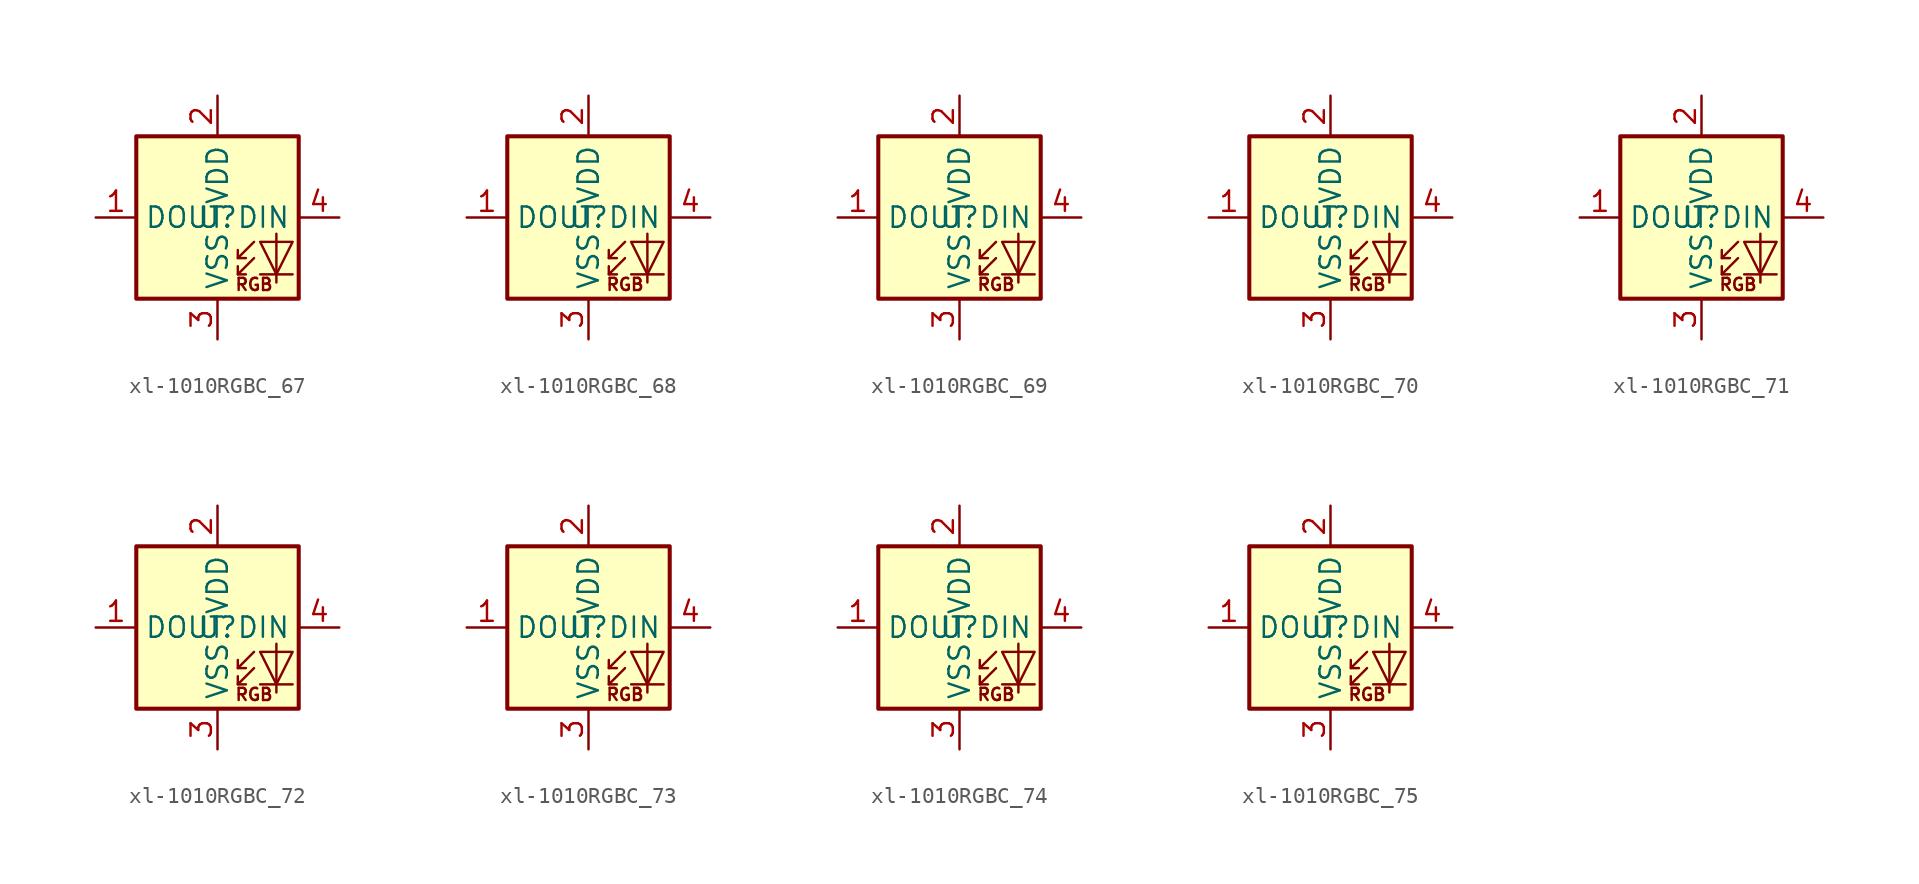
<source format=kicad_sym>
(kicad_symbol_lib
  (version 20231120)
  (generator "kicad_symbol_editor")
  (generator_version "8.0")
  (symbol "xl-1010RGBC_67"
    (property "Reference" "U"
      (at 0 0 0)
      (effects (font (size 1.27 1.27))))
    (property "Value" ""
      (at 0 0 0)
      (effects (font (size 1.27 1.27))))
    (symbol "xl-1010RGBC_67_0_0"
      (text "RGB" (at 2.286 -4.191 0) (effects (font (size 0.762 0.762)))))
    (symbol "xl-1010RGBC_67_0_1"
      (polyline (pts (xy 1.27 -3.556) (xy 1.778 -3.556)) (stroke (width 0) (type default)) (fill (type none)))
      (polyline (pts (xy 1.27 -2.54) (xy 1.778 -2.54)) (stroke (width 0) (type default)) (fill (type none)))
      (polyline (pts (xy 4.699 -3.556) (xy 2.667 -3.556)) (stroke (width 0) (type default)) (fill (type none)))
      (polyline (pts (xy 2.286 -2.54) (xy 1.27 -3.556) (xy 1.27 -3.048)) (stroke (width 0) (type default)) (fill (type none)))
      (polyline (pts (xy 2.286 -1.524) (xy 1.27 -2.54) (xy 1.27 -2.032)) (stroke (width 0) (type default)) (fill (type none)))
      (polyline (pts (xy 3.683 -1.016) (xy 3.683 -3.556) (xy 3.683 -4.064)) (stroke (width 0) (type default)) (fill (type none)))
      (polyline (pts (xy 4.699 -1.524) (xy 2.667 -1.524) (xy 3.683 -3.556) (xy 4.699 -1.524)) (stroke (width 0) (type default)) (fill (type none)))
      (rectangle (start 5.08 5.08) (end -5.08 -5.08) (stroke (width 0.254) (type default)) (fill (type background))))
    (symbol "xl-1010RGBC_67_1_1"
      (pin output line (at -7.62 0 0) (length 2.54) (name "DOUT" (effects (font (size 1.27 1.27)))) (number "1" (effects (font (size 1.27 1.27)))))
      (pin power_in line (at 0 7.62 270) (length 2.54) (name "VDD" (effects (font (size 1.27 1.27)))) (number "2" (effects (font (size 1.27 1.27)))))
      (pin power_in line (at 0 -7.62 90) (length 2.54) (name "VSS" (effects (font (size 1.27 1.27)))) (number "3" (effects (font (size 1.27 1.27)))))
      (pin input line (at 7.62 0 180) (length 2.54) (name "DIN" (effects (font (size 1.27 1.27)))) (number "4" (effects (font (size 1.27 1.27)))))))
  (symbol "xl-1010RGBC_68"
    (property "Reference" "U"
      (at 0 0 0)
      (effects (font (size 1.27 1.27))))
    (property "Value" ""
      (at 0 0 0)
      (effects (font (size 1.27 1.27))))
    (symbol "xl-1010RGBC_68_0_0"
      (text "RGB" (at 2.286 -4.191 0) (effects (font (size 0.762 0.762)))))
    (symbol "xl-1010RGBC_68_0_1"
      (polyline (pts (xy 1.27 -3.556) (xy 1.778 -3.556)) (stroke (width 0) (type default)) (fill (type none)))
      (polyline (pts (xy 1.27 -2.54) (xy 1.778 -2.54)) (stroke (width 0) (type default)) (fill (type none)))
      (polyline (pts (xy 4.699 -3.556) (xy 2.667 -3.556)) (stroke (width 0) (type default)) (fill (type none)))
      (polyline (pts (xy 2.286 -2.54) (xy 1.27 -3.556) (xy 1.27 -3.048)) (stroke (width 0) (type default)) (fill (type none)))
      (polyline (pts (xy 2.286 -1.524) (xy 1.27 -2.54) (xy 1.27 -2.032)) (stroke (width 0) (type default)) (fill (type none)))
      (polyline (pts (xy 3.683 -1.016) (xy 3.683 -3.556) (xy 3.683 -4.064)) (stroke (width 0) (type default)) (fill (type none)))
      (polyline (pts (xy 4.699 -1.524) (xy 2.667 -1.524) (xy 3.683 -3.556) (xy 4.699 -1.524)) (stroke (width 0) (type default)) (fill (type none)))
      (rectangle (start 5.08 5.08) (end -5.08 -5.08) (stroke (width 0.254) (type default)) (fill (type background))))
    (symbol "xl-1010RGBC_68_1_1"
      (pin output line (at -7.62 0 0) (length 2.54) (name "DOUT" (effects (font (size 1.27 1.27)))) (number "1" (effects (font (size 1.27 1.27)))))
      (pin power_in line (at 0 7.62 270) (length 2.54) (name "VDD" (effects (font (size 1.27 1.27)))) (number "2" (effects (font (size 1.27 1.27)))))
      (pin power_in line (at 0 -7.62 90) (length 2.54) (name "VSS" (effects (font (size 1.27 1.27)))) (number "3" (effects (font (size 1.27 1.27)))))
      (pin input line (at 7.62 0 180) (length 2.54) (name "DIN" (effects (font (size 1.27 1.27)))) (number "4" (effects (font (size 1.27 1.27)))))))
  (symbol "xl-1010RGBC_69"
    (property "Reference" "U"
      (at 0 0 0)
      (effects (font (size 1.27 1.27))))
    (property "Value" ""
      (at 0 0 0)
      (effects (font (size 1.27 1.27))))
    (symbol "xl-1010RGBC_69_0_0"
      (text "RGB" (at 2.286 -4.191 0) (effects (font (size 0.762 0.762)))))
    (symbol "xl-1010RGBC_69_0_1"
      (polyline (pts (xy 1.27 -3.556) (xy 1.778 -3.556)) (stroke (width 0) (type default)) (fill (type none)))
      (polyline (pts (xy 1.27 -2.54) (xy 1.778 -2.54)) (stroke (width 0) (type default)) (fill (type none)))
      (polyline (pts (xy 4.699 -3.556) (xy 2.667 -3.556)) (stroke (width 0) (type default)) (fill (type none)))
      (polyline (pts (xy 2.286 -2.54) (xy 1.27 -3.556) (xy 1.27 -3.048)) (stroke (width 0) (type default)) (fill (type none)))
      (polyline (pts (xy 2.286 -1.524) (xy 1.27 -2.54) (xy 1.27 -2.032)) (stroke (width 0) (type default)) (fill (type none)))
      (polyline (pts (xy 3.683 -1.016) (xy 3.683 -3.556) (xy 3.683 -4.064)) (stroke (width 0) (type default)) (fill (type none)))
      (polyline (pts (xy 4.699 -1.524) (xy 2.667 -1.524) (xy 3.683 -3.556) (xy 4.699 -1.524)) (stroke (width 0) (type default)) (fill (type none)))
      (rectangle (start 5.08 5.08) (end -5.08 -5.08) (stroke (width 0.254) (type default)) (fill (type background))))
    (symbol "xl-1010RGBC_69_1_1"
      (pin output line (at -7.62 0 0) (length 2.54) (name "DOUT" (effects (font (size 1.27 1.27)))) (number "1" (effects (font (size 1.27 1.27)))))
      (pin power_in line (at 0 7.62 270) (length 2.54) (name "VDD" (effects (font (size 1.27 1.27)))) (number "2" (effects (font (size 1.27 1.27)))))
      (pin power_in line (at 0 -7.62 90) (length 2.54) (name "VSS" (effects (font (size 1.27 1.27)))) (number "3" (effects (font (size 1.27 1.27)))))
      (pin input line (at 7.62 0 180) (length 2.54) (name "DIN" (effects (font (size 1.27 1.27)))) (number "4" (effects (font (size 1.27 1.27)))))))
  (symbol "xl-1010RGBC_70"
    (property "Reference" "U"
      (at 0 0 0)
      (effects (font (size 1.27 1.27))))
    (property "Value" ""
      (at 0 0 0)
      (effects (font (size 1.27 1.27))))
    (symbol "xl-1010RGBC_70_0_0"
      (text "RGB" (at 2.286 -4.191 0) (effects (font (size 0.762 0.762)))))
    (symbol "xl-1010RGBC_70_0_1"
      (polyline (pts (xy 1.27 -3.556) (xy 1.778 -3.556)) (stroke (width 0) (type default)) (fill (type none)))
      (polyline (pts (xy 1.27 -2.54) (xy 1.778 -2.54)) (stroke (width 0) (type default)) (fill (type none)))
      (polyline (pts (xy 4.699 -3.556) (xy 2.667 -3.556)) (stroke (width 0) (type default)) (fill (type none)))
      (polyline (pts (xy 2.286 -2.54) (xy 1.27 -3.556) (xy 1.27 -3.048)) (stroke (width 0) (type default)) (fill (type none)))
      (polyline (pts (xy 2.286 -1.524) (xy 1.27 -2.54) (xy 1.27 -2.032)) (stroke (width 0) (type default)) (fill (type none)))
      (polyline (pts (xy 3.683 -1.016) (xy 3.683 -3.556) (xy 3.683 -4.064)) (stroke (width 0) (type default)) (fill (type none)))
      (polyline (pts (xy 4.699 -1.524) (xy 2.667 -1.524) (xy 3.683 -3.556) (xy 4.699 -1.524)) (stroke (width 0) (type default)) (fill (type none)))
      (rectangle (start 5.08 5.08) (end -5.08 -5.08) (stroke (width 0.254) (type default)) (fill (type background))))
    (symbol "xl-1010RGBC_70_1_1"
      (pin output line (at -7.62 0 0) (length 2.54) (name "DOUT" (effects (font (size 1.27 1.27)))) (number "1" (effects (font (size 1.27 1.27)))))
      (pin power_in line (at 0 7.62 270) (length 2.54) (name "VDD" (effects (font (size 1.27 1.27)))) (number "2" (effects (font (size 1.27 1.27)))))
      (pin power_in line (at 0 -7.62 90) (length 2.54) (name "VSS" (effects (font (size 1.27 1.27)))) (number "3" (effects (font (size 1.27 1.27)))))
      (pin input line (at 7.62 0 180) (length 2.54) (name "DIN" (effects (font (size 1.27 1.27)))) (number "4" (effects (font (size 1.27 1.27)))))))
  (symbol "xl-1010RGBC_71"
    (property "Reference" "U"
      (at 0 0 0)
      (effects (font (size 1.27 1.27))))
    (property "Value" ""
      (at 0 0 0)
      (effects (font (size 1.27 1.27))))
    (symbol "xl-1010RGBC_71_0_0"
      (text "RGB" (at 2.286 -4.191 0) (effects (font (size 0.762 0.762)))))
    (symbol "xl-1010RGBC_71_0_1"
      (polyline (pts (xy 1.27 -3.556) (xy 1.778 -3.556)) (stroke (width 0) (type default)) (fill (type none)))
      (polyline (pts (xy 1.27 -2.54) (xy 1.778 -2.54)) (stroke (width 0) (type default)) (fill (type none)))
      (polyline (pts (xy 4.699 -3.556) (xy 2.667 -3.556)) (stroke (width 0) (type default)) (fill (type none)))
      (polyline (pts (xy 2.286 -2.54) (xy 1.27 -3.556) (xy 1.27 -3.048)) (stroke (width 0) (type default)) (fill (type none)))
      (polyline (pts (xy 2.286 -1.524) (xy 1.27 -2.54) (xy 1.27 -2.032)) (stroke (width 0) (type default)) (fill (type none)))
      (polyline (pts (xy 3.683 -1.016) (xy 3.683 -3.556) (xy 3.683 -4.064)) (stroke (width 0) (type default)) (fill (type none)))
      (polyline (pts (xy 4.699 -1.524) (xy 2.667 -1.524) (xy 3.683 -3.556) (xy 4.699 -1.524)) (stroke (width 0) (type default)) (fill (type none)))
      (rectangle (start 5.08 5.08) (end -5.08 -5.08) (stroke (width 0.254) (type default)) (fill (type background))))
    (symbol "xl-1010RGBC_71_1_1"
      (pin output line (at -7.62 0 0) (length 2.54) (name "DOUT" (effects (font (size 1.27 1.27)))) (number "1" (effects (font (size 1.27 1.27)))))
      (pin power_in line (at 0 7.62 270) (length 2.54) (name "VDD" (effects (font (size 1.27 1.27)))) (number "2" (effects (font (size 1.27 1.27)))))
      (pin power_in line (at 0 -7.62 90) (length 2.54) (name "VSS" (effects (font (size 1.27 1.27)))) (number "3" (effects (font (size 1.27 1.27)))))
      (pin input line (at 7.62 0 180) (length 2.54) (name "DIN" (effects (font (size 1.27 1.27)))) (number "4" (effects (font (size 1.27 1.27)))))))
  (symbol "xl-1010RGBC_72"
    (property "Reference" "U"
      (at 0 0 0)
      (effects (font (size 1.27 1.27))))
    (property "Value" ""
      (at 0 0 0)
      (effects (font (size 1.27 1.27))))
    (symbol "xl-1010RGBC_72_0_0"
      (text "RGB" (at 2.286 -4.191 0) (effects (font (size 0.762 0.762)))))
    (symbol "xl-1010RGBC_72_0_1"
      (polyline (pts (xy 1.27 -3.556) (xy 1.778 -3.556)) (stroke (width 0) (type default)) (fill (type none)))
      (polyline (pts (xy 1.27 -2.54) (xy 1.778 -2.54)) (stroke (width 0) (type default)) (fill (type none)))
      (polyline (pts (xy 4.699 -3.556) (xy 2.667 -3.556)) (stroke (width 0) (type default)) (fill (type none)))
      (polyline (pts (xy 2.286 -2.54) (xy 1.27 -3.556) (xy 1.27 -3.048)) (stroke (width 0) (type default)) (fill (type none)))
      (polyline (pts (xy 2.286 -1.524) (xy 1.27 -2.54) (xy 1.27 -2.032)) (stroke (width 0) (type default)) (fill (type none)))
      (polyline (pts (xy 3.683 -1.016) (xy 3.683 -3.556) (xy 3.683 -4.064)) (stroke (width 0) (type default)) (fill (type none)))
      (polyline (pts (xy 4.699 -1.524) (xy 2.667 -1.524) (xy 3.683 -3.556) (xy 4.699 -1.524)) (stroke (width 0) (type default)) (fill (type none)))
      (rectangle (start 5.08 5.08) (end -5.08 -5.08) (stroke (width 0.254) (type default)) (fill (type background))))
    (symbol "xl-1010RGBC_72_1_1"
      (pin output line (at -7.62 0 0) (length 2.54) (name "DOUT" (effects (font (size 1.27 1.27)))) (number "1" (effects (font (size 1.27 1.27)))))
      (pin power_in line (at 0 7.62 270) (length 2.54) (name "VDD" (effects (font (size 1.27 1.27)))) (number "2" (effects (font (size 1.27 1.27)))))
      (pin power_in line (at 0 -7.62 90) (length 2.54) (name "VSS" (effects (font (size 1.27 1.27)))) (number "3" (effects (font (size 1.27 1.27)))))
      (pin input line (at 7.62 0 180) (length 2.54) (name "DIN" (effects (font (size 1.27 1.27)))) (number "4" (effects (font (size 1.27 1.27)))))))
  (symbol "xl-1010RGBC_73"
    (property "Reference" "U"
      (at 0 0 0)
      (effects (font (size 1.27 1.27))))
    (property "Value" ""
      (at 0 0 0)
      (effects (font (size 1.27 1.27))))
    (symbol "xl-1010RGBC_73_0_0"
      (text "RGB" (at 2.286 -4.191 0) (effects (font (size 0.762 0.762)))))
    (symbol "xl-1010RGBC_73_0_1"
      (polyline (pts (xy 1.27 -3.556) (xy 1.778 -3.556)) (stroke (width 0) (type default)) (fill (type none)))
      (polyline (pts (xy 1.27 -2.54) (xy 1.778 -2.54)) (stroke (width 0) (type default)) (fill (type none)))
      (polyline (pts (xy 4.699 -3.556) (xy 2.667 -3.556)) (stroke (width 0) (type default)) (fill (type none)))
      (polyline (pts (xy 2.286 -2.54) (xy 1.27 -3.556) (xy 1.27 -3.048)) (stroke (width 0) (type default)) (fill (type none)))
      (polyline (pts (xy 2.286 -1.524) (xy 1.27 -2.54) (xy 1.27 -2.032)) (stroke (width 0) (type default)) (fill (type none)))
      (polyline (pts (xy 3.683 -1.016) (xy 3.683 -3.556) (xy 3.683 -4.064)) (stroke (width 0) (type default)) (fill (type none)))
      (polyline (pts (xy 4.699 -1.524) (xy 2.667 -1.524) (xy 3.683 -3.556) (xy 4.699 -1.524)) (stroke (width 0) (type default)) (fill (type none)))
      (rectangle (start 5.08 5.08) (end -5.08 -5.08) (stroke (width 0.254) (type default)) (fill (type background))))
    (symbol "xl-1010RGBC_73_1_1"
      (pin output line (at -7.62 0 0) (length 2.54) (name "DOUT" (effects (font (size 1.27 1.27)))) (number "1" (effects (font (size 1.27 1.27)))))
      (pin power_in line (at 0 7.62 270) (length 2.54) (name "VDD" (effects (font (size 1.27 1.27)))) (number "2" (effects (font (size 1.27 1.27)))))
      (pin power_in line (at 0 -7.62 90) (length 2.54) (name "VSS" (effects (font (size 1.27 1.27)))) (number "3" (effects (font (size 1.27 1.27)))))
      (pin input line (at 7.62 0 180) (length 2.54) (name "DIN" (effects (font (size 1.27 1.27)))) (number "4" (effects (font (size 1.27 1.27)))))))
  (symbol "xl-1010RGBC_74"
    (property "Reference" "U"
      (at 0 0 0)
      (effects (font (size 1.27 1.27))))
    (property "Value" ""
      (at 0 0 0)
      (effects (font (size 1.27 1.27))))
    (symbol "xl-1010RGBC_74_0_0"
      (text "RGB" (at 2.286 -4.191 0) (effects (font (size 0.762 0.762)))))
    (symbol "xl-1010RGBC_74_0_1"
      (polyline (pts (xy 1.27 -3.556) (xy 1.778 -3.556)) (stroke (width 0) (type default)) (fill (type none)))
      (polyline (pts (xy 1.27 -2.54) (xy 1.778 -2.54)) (stroke (width 0) (type default)) (fill (type none)))
      (polyline (pts (xy 4.699 -3.556) (xy 2.667 -3.556)) (stroke (width 0) (type default)) (fill (type none)))
      (polyline (pts (xy 2.286 -2.54) (xy 1.27 -3.556) (xy 1.27 -3.048)) (stroke (width 0) (type default)) (fill (type none)))
      (polyline (pts (xy 2.286 -1.524) (xy 1.27 -2.54) (xy 1.27 -2.032)) (stroke (width 0) (type default)) (fill (type none)))
      (polyline (pts (xy 3.683 -1.016) (xy 3.683 -3.556) (xy 3.683 -4.064)) (stroke (width 0) (type default)) (fill (type none)))
      (polyline (pts (xy 4.699 -1.524) (xy 2.667 -1.524) (xy 3.683 -3.556) (xy 4.699 -1.524)) (stroke (width 0) (type default)) (fill (type none)))
      (rectangle (start 5.08 5.08) (end -5.08 -5.08) (stroke (width 0.254) (type default)) (fill (type background))))
    (symbol "xl-1010RGBC_74_1_1"
      (pin output line (at -7.62 0 0) (length 2.54) (name "DOUT" (effects (font (size 1.27 1.27)))) (number "1" (effects (font (size 1.27 1.27)))))
      (pin power_in line (at 0 7.62 270) (length 2.54) (name "VDD" (effects (font (size 1.27 1.27)))) (number "2" (effects (font (size 1.27 1.27)))))
      (pin power_in line (at 0 -7.62 90) (length 2.54) (name "VSS" (effects (font (size 1.27 1.27)))) (number "3" (effects (font (size 1.27 1.27)))))
      (pin input line (at 7.62 0 180) (length 2.54) (name "DIN" (effects (font (size 1.27 1.27)))) (number "4" (effects (font (size 1.27 1.27)))))))
  (symbol "xl-1010RGBC_75"
    (property "Reference" "U"
      (at 0 0 0)
      (effects (font (size 1.27 1.27))))
    (property "Value" ""
      (at 0 0 0)
      (effects (font (size 1.27 1.27))))
    (symbol "xl-1010RGBC_75_0_0"
      (text "RGB" (at 2.286 -4.191 0) (effects (font (size 0.762 0.762)))))
    (symbol "xl-1010RGBC_75_0_1"
      (polyline (pts (xy 1.27 -3.556) (xy 1.778 -3.556)) (stroke (width 0) (type default)) (fill (type none)))
      (polyline (pts (xy 1.27 -2.54) (xy 1.778 -2.54)) (stroke (width 0) (type default)) (fill (type none)))
      (polyline (pts (xy 4.699 -3.556) (xy 2.667 -3.556)) (stroke (width 0) (type default)) (fill (type none)))
      (polyline (pts (xy 2.286 -2.54) (xy 1.27 -3.556) (xy 1.27 -3.048)) (stroke (width 0) (type default)) (fill (type none)))
      (polyline (pts (xy 2.286 -1.524) (xy 1.27 -2.54) (xy 1.27 -2.032)) (stroke (width 0) (type default)) (fill (type none)))
      (polyline (pts (xy 3.683 -1.016) (xy 3.683 -3.556) (xy 3.683 -4.064)) (stroke (width 0) (type default)) (fill (type none)))
      (polyline (pts (xy 4.699 -1.524) (xy 2.667 -1.524) (xy 3.683 -3.556) (xy 4.699 -1.524)) (stroke (width 0) (type default)) (fill (type none)))
      (rectangle (start 5.08 5.08) (end -5.08 -5.08) (stroke (width 0.254) (type default)) (fill (type background))))
    (symbol "xl-1010RGBC_75_1_1"
      (pin output line (at -7.62 0 0) (length 2.54) (name "DOUT" (effects (font (size 1.27 1.27)))) (number "1" (effects (font (size 1.27 1.27)))))
      (pin power_in line (at 0 7.62 270) (length 2.54) (name "VDD" (effects (font (size 1.27 1.27)))) (number "2" (effects (font (size 1.27 1.27)))))
      (pin power_in line (at 0 -7.62 90) (length 2.54) (name "VSS" (effects (font (size 1.27 1.27)))) (number "3" (effects (font (size 1.27 1.27)))))
      (pin input line (at 7.62 0 180) (length 2.54) (name "DIN" (effects (font (size 1.27 1.27)))) (number "4" (effects (font (size 1.27 1.27))))))))
</source>
